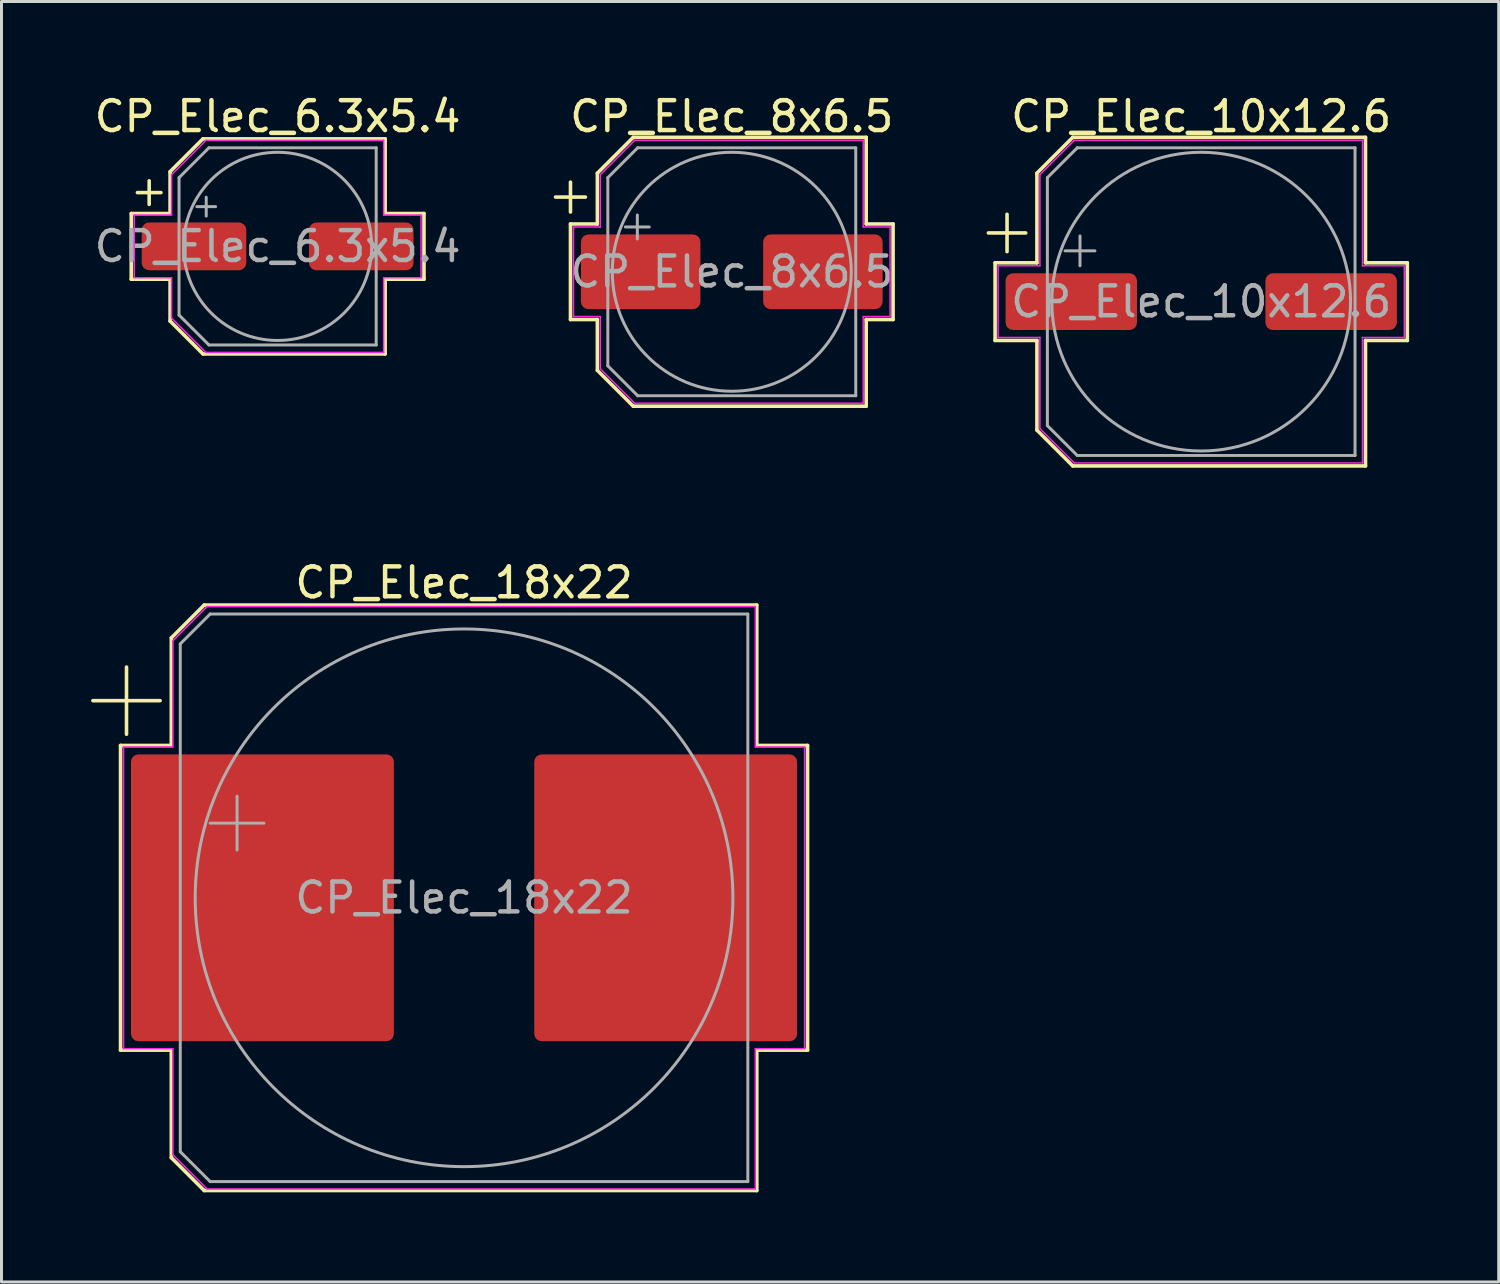
<source format=kicad_pcb>
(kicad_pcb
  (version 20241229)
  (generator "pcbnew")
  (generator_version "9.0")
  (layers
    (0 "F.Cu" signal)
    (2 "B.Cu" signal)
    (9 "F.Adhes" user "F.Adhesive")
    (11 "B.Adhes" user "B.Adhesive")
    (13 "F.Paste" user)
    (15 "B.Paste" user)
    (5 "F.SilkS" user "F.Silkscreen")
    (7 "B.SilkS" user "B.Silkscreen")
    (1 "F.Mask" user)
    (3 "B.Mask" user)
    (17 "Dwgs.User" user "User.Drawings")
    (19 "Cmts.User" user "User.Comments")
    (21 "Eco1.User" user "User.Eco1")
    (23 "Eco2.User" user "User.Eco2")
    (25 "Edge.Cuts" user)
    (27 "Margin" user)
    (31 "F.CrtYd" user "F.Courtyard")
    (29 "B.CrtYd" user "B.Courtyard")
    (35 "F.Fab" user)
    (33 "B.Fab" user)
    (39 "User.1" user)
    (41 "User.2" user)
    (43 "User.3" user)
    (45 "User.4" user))
  (footprint "CP_Elec_8x6.5"
    (layer "F.Cu")
    (at 21.448 6.048)
    (property "Reference" "CP_Elec_8x6.5" (at 0 -5.2 0) (layer "F.SilkS") (effects (font (size 1 1) (thickness 0.15))))
    (attr smd)
    (fp_line (start -5.9 -2.5) (end -4.9 -2.5) (stroke (width 0.12) (type solid)) (layer "F.SilkS"))
    (fp_line (start -5.4 -3) (end -5.4 -2) (stroke (width 0.12) (type solid)) (layer "F.SilkS"))
    (fp_line (start -5.4 -1.6) (end -5.4 1.6) (stroke (width 0.12) (type solid)) (layer "F.SilkS"))
    (fp_line (start -5.4 1.6) (end -4.5 1.6) (stroke (width 0.12) (type solid)) (layer "F.SilkS"))
    (fp_line (start -4.5 -3.3) (end -4.5 -1.6) (stroke (width 0.12) (type solid)) (layer "F.SilkS"))
    (fp_line (start -4.5 -1.6) (end -5.4 -1.6) (stroke (width 0.12) (type solid)) (layer "F.SilkS"))
    (fp_line (start -4.5 1.6) (end -4.5 3.3) (stroke (width 0.12) (type solid)) (layer "F.SilkS"))
    (fp_line (start -4.5 3.3) (end -3.3 4.5) (stroke (width 0.12) (type solid)) (layer "F.SilkS"))
    (fp_line (start -3.3 -4.5) (end -4.5 -3.3) (stroke (width 0.12) (type solid)) (layer "F.SilkS"))
    (fp_line (start -3.3 4.5) (end 4.5 4.5) (stroke (width 0.12) (type solid)) (layer "F.SilkS"))
    (fp_line (start 4.5 -4.5) (end -3.3 -4.5) (stroke (width 0.12) (type solid)) (layer "F.SilkS"))
    (fp_line (start 4.5 -1.6) (end 4.5 -4.5) (stroke (width 0.12) (type solid)) (layer "F.SilkS"))
    (fp_line (start 4.5 1.6) (end 5.4 1.6) (stroke (width 0.12) (type solid)) (layer "F.SilkS"))
    (fp_line (start 4.5 4.5) (end 4.5 1.6) (stroke (width 0.12) (type solid)) (layer "F.SilkS"))
    (fp_line (start 5.4 -1.6) (end 4.5 -1.6) (stroke (width 0.12) (type solid)) (layer "F.SilkS"))
    (fp_line (start 5.4 1.6) (end 5.4 -1.6) (stroke (width 0.12) (type solid)) (layer "F.SilkS"))
    (fp_line (start -5.3 -1.5) (end -5.3 1.5) (stroke (width 0.05) (type solid)) (layer "F.CrtYd"))
    (fp_line (start -5.3 1.5) (end -4.4 1.5) (stroke (width 0.05) (type solid)) (layer "F.CrtYd"))
    (fp_line (start -4.4 -3.25) (end -4.4 -1.5) (stroke (width 0.05) (type solid)) (layer "F.CrtYd"))
    (fp_line (start -4.4 -3.25) (end -3.25 -4.4) (stroke (width 0.05) (type solid)) (layer "F.CrtYd"))
    (fp_line (start -4.4 -1.5) (end -5.3 -1.5) (stroke (width 0.05) (type solid)) (layer "F.CrtYd"))
    (fp_line (start -4.4 1.5) (end -4.4 3.25) (stroke (width 0.05) (type solid)) (layer "F.CrtYd"))
    (fp_line (start -4.4 3.25) (end -3.25 4.4) (stroke (width 0.05) (type solid)) (layer "F.CrtYd"))
    (fp_line (start -3.25 -4.4) (end 4.4 -4.4) (stroke (width 0.05) (type solid)) (layer "F.CrtYd"))
    (fp_line (start -3.25 4.4) (end 4.4 4.4) (stroke (width 0.05) (type solid)) (layer "F.CrtYd"))
    (fp_line (start 4.4 -4.4) (end 4.4 -1.5) (stroke (width 0.05) (type solid)) (layer "F.CrtYd"))
    (fp_line (start 4.4 -1.5) (end 5.3 -1.5) (stroke (width 0.05) (type solid)) (layer "F.CrtYd"))
    (fp_line (start 4.4 1.5) (end 4.4 4.4) (stroke (width 0.05) (type solid)) (layer "F.CrtYd"))
    (fp_line (start 5.3 -1.5) (end 5.3 1.5) (stroke (width 0.05) (type solid)) (layer "F.CrtYd"))
    (fp_line (start 5.3 1.5) (end 4.4 1.5) (stroke (width 0.05) (type solid)) (layer "F.CrtYd"))
    (fp_line (start -4.15 -3.15) (end -4.15 3.15) (stroke (width 0.1) (type solid)) (layer "F.Fab"))
    (fp_line (start -4.15 -3.15) (end -3.15 -4.15) (stroke (width 0.1) (type solid)) (layer "F.Fab"))
    (fp_line (start -4.15 3.15) (end -3.15 4.15) (stroke (width 0.1) (type solid)) (layer "F.Fab"))
    (fp_line (start -3.562 -1.5) (end -2.762 -1.5) (stroke (width 0.1) (type solid)) (layer "F.Fab"))
    (fp_line (start -3.162 -1.9) (end -3.162 -1.1) (stroke (width 0.1) (type solid)) (layer "F.Fab"))
    (fp_line (start -3.15 -4.15) (end 4.15 -4.15) (stroke (width 0.1) (type solid)) (layer "F.Fab"))
    (fp_line (start -3.15 4.15) (end 4.15 4.15) (stroke (width 0.1) (type solid)) (layer "F.Fab"))
    (fp_line (start 4.15 -4.15) (end 4.15 4.15) (stroke (width 0.1) (type solid)) (layer "F.Fab"))
    (fp_circle (center 0 0) (end 4 0) (stroke (width 0.1) (type solid)) (fill no) (layer "F.Fab"))
    (fp_text user "${REFERENCE}" (at 0 0 0) (layer "F.Fab") (effects (font (size 1 1) (thickness 0.15))))
    (pad "1" smd roundrect (at -3.05 0) (size 4 2.5) (layers "F.Cu" "F.Mask" "F.Paste") (roundrect_rratio 0.1))
    (pad "2" smd roundrect (at 3.05 0) (size 4 2.5) (layers "F.Cu" "F.Mask" "F.Paste") (roundrect_rratio 0.1)))
  (footprint "CP_Elec_10x12.6"
    (layer "F.Cu")
    (at 37.163 7.048)
    (property "Reference" "CP_Elec_10x12.6" (at 0 -6.2 0) (layer "F.SilkS") (effects (font (size 1 1) (thickness 0.15))))
    (attr smd)
    (fp_line (start -7.125 -2.3) (end -5.875 -2.3) (stroke (width 0.12) (type solid)) (layer "F.SilkS"))
    (fp_line (start -6.9 -1.3) (end -6.9 1.3) (stroke (width 0.12) (type solid)) (layer "F.SilkS"))
    (fp_line (start -6.9 1.3) (end -5.5 1.3) (stroke (width 0.12) (type solid)) (layer "F.SilkS"))
    (fp_line (start -6.5 -2.925) (end -6.5 -1.675) (stroke (width 0.12) (type solid)) (layer "F.SilkS"))
    (fp_line (start -5.5 -4.3) (end -5.5 -1.3) (stroke (width 0.12) (type solid)) (layer "F.SilkS"))
    (fp_line (start -5.5 -1.3) (end -6.9 -1.3) (stroke (width 0.12) (type solid)) (layer "F.SilkS"))
    (fp_line (start -5.5 1.3) (end -5.5 4.3) (stroke (width 0.12) (type solid)) (layer "F.SilkS"))
    (fp_line (start -5.5 4.3) (end -4.3 5.5) (stroke (width 0.12) (type solid)) (layer "F.SilkS"))
    (fp_line (start -4.3 -5.5) (end -5.5 -4.3) (stroke (width 0.12) (type solid)) (layer "F.SilkS"))
    (fp_line (start -4.3 5.5) (end 5.5 5.5) (stroke (width 0.12) (type solid)) (layer "F.SilkS"))
    (fp_line (start 5.5 -5.5) (end -4.3 -5.5) (stroke (width 0.12) (type solid)) (layer "F.SilkS"))
    (fp_line (start 5.5 -1.3) (end 5.5 -5.5) (stroke (width 0.12) (type solid)) (layer "F.SilkS"))
    (fp_line (start 5.5 1.3) (end 6.9 1.3) (stroke (width 0.12) (type solid)) (layer "F.SilkS"))
    (fp_line (start 5.5 5.5) (end 5.5 1.3) (stroke (width 0.12) (type solid)) (layer "F.SilkS"))
    (fp_line (start 6.9 -1.3) (end 5.5 -1.3) (stroke (width 0.12) (type solid)) (layer "F.SilkS"))
    (fp_line (start 6.9 1.3) (end 6.9 -1.3) (stroke (width 0.12) (type solid)) (layer "F.SilkS"))
    (fp_line (start -6.8 -1.2) (end -6.8 1.2) (stroke (width 0.05) (type solid)) (layer "F.CrtYd"))
    (fp_line (start -6.8 1.2) (end -5.4 1.2) (stroke (width 0.05) (type solid)) (layer "F.CrtYd"))
    (fp_line (start -5.4 -4.25) (end -5.4 -1.2) (stroke (width 0.05) (type solid)) (layer "F.CrtYd"))
    (fp_line (start -5.4 -4.25) (end -4.25 -5.4) (stroke (width 0.05) (type solid)) (layer "F.CrtYd"))
    (fp_line (start -5.4 -1.2) (end -6.8 -1.2) (stroke (width 0.05) (type solid)) (layer "F.CrtYd"))
    (fp_line (start -5.4 1.2) (end -5.4 4.25) (stroke (width 0.05) (type solid)) (layer "F.CrtYd"))
    (fp_line (start -5.4 4.25) (end -4.25 5.4) (stroke (width 0.05) (type solid)) (layer "F.CrtYd"))
    (fp_line (start -4.25 -5.4) (end 5.4 -5.4) (stroke (width 0.05) (type solid)) (layer "F.CrtYd"))
    (fp_line (start -4.25 5.4) (end 5.4 5.4) (stroke (width 0.05) (type solid)) (layer "F.CrtYd"))
    (fp_line (start 5.4 -5.4) (end 5.4 -1.2) (stroke (width 0.05) (type solid)) (layer "F.CrtYd"))
    (fp_line (start 5.4 -1.2) (end 6.8 -1.2) (stroke (width 0.05) (type solid)) (layer "F.CrtYd"))
    (fp_line (start 5.4 1.2) (end 5.4 5.4) (stroke (width 0.05) (type solid)) (layer "F.CrtYd"))
    (fp_line (start 6.8 -1.2) (end 6.8 1.2) (stroke (width 0.05) (type solid)) (layer "F.CrtYd"))
    (fp_line (start 6.8 1.2) (end 5.4 1.2) (stroke (width 0.05) (type solid)) (layer "F.CrtYd"))
    (fp_line (start -5.15 -4.15) (end -5.15 4.15) (stroke (width 0.1) (type solid)) (layer "F.Fab"))
    (fp_line (start -5.15 -4.15) (end -4.15 -5.15) (stroke (width 0.1) (type solid)) (layer "F.Fab"))
    (fp_line (start -5.15 4.15) (end -4.15 5.15) (stroke (width 0.1) (type solid)) (layer "F.Fab"))
    (fp_line (start -4.558 -1.7) (end -3.558 -1.7) (stroke (width 0.1) (type solid)) (layer "F.Fab"))
    (fp_line (start -4.15 -5.15) (end 5.15 -5.15) (stroke (width 0.1) (type solid)) (layer "F.Fab"))
    (fp_line (start -4.15 5.15) (end 5.15 5.15) (stroke (width 0.1) (type solid)) (layer "F.Fab"))
    (fp_line (start -4.058 -2.2) (end -4.058 -1.2) (stroke (width 0.1) (type solid)) (layer "F.Fab"))
    (fp_line (start 5.15 -5.15) (end 5.15 5.15) (stroke (width 0.1) (type solid)) (layer "F.Fab"))
    (fp_circle (center 0 0) (end 5 0) (stroke (width 0.1) (type solid)) (fill no) (layer "F.Fab"))
    (fp_text user "${REFERENCE}" (at 0 0 0) (layer "F.Fab") (effects (font (size 1 1) (thickness 0.15))))
    (pad "1" smd roundrect (at -4.35 0) (size 4.4 1.9) (layers "F.Cu" "F.Mask" "F.Paste") (roundrect_rratio 0.132))
    (pad "2" smd roundrect (at 4.35 0) (size 4.4 1.9) (layers "F.Cu" "F.Mask" "F.Paste") (roundrect_rratio 0.132)))
  (footprint "CP_Elec_18x22"
    (layer "F.Cu")
    (at 12.485 27.006)
    (property "Reference" "CP_Elec_18x22" (at 0 -10.55 0) (layer "F.SilkS") (effects (font (size 1 1) (thickness 0.15))))
    (attr smd)
    (fp_line (start -12.425 -6.6) (end -10.175 -6.6) (stroke (width 0.12) (type solid)) (layer "F.SilkS"))
    (fp_line (start -11.5 -5.1) (end -11.5 5.1) (stroke (width 0.12) (type solid)) (layer "F.SilkS"))
    (fp_line (start -11.5 5.1) (end -9.8 5.1) (stroke (width 0.12) (type solid)) (layer "F.SilkS"))
    (fp_line (start -11.3 -7.725) (end -11.3 -5.475) (stroke (width 0.12) (type solid)) (layer "F.SilkS"))
    (fp_line (start -9.8 -8.7) (end -9.8 -5.1) (stroke (width 0.12) (type solid)) (layer "F.SilkS"))
    (fp_line (start -9.8 -5.1) (end -11.5 -5.1) (stroke (width 0.12) (type solid)) (layer "F.SilkS"))
    (fp_line (start -9.8 5.1) (end -9.8 8.7) (stroke (width 0.12) (type solid)) (layer "F.SilkS"))
    (fp_line (start -9.8 8.7) (end -8.7 9.8) (stroke (width 0.12) (type solid)) (layer "F.SilkS"))
    (fp_line (start -8.7 -9.8) (end -9.8 -8.7) (stroke (width 0.12) (type solid)) (layer "F.SilkS"))
    (fp_line (start -8.7 9.8) (end 9.8 9.8) (stroke (width 0.12) (type solid)) (layer "F.SilkS"))
    (fp_line (start 9.8 -9.8) (end -8.7 -9.8) (stroke (width 0.12) (type solid)) (layer "F.SilkS"))
    (fp_line (start 9.8 -5.1) (end 9.8 -9.8) (stroke (width 0.12) (type solid)) (layer "F.SilkS"))
    (fp_line (start 9.8 5.1) (end 11.5 5.1) (stroke (width 0.12) (type solid)) (layer "F.SilkS"))
    (fp_line (start 9.8 9.8) (end 9.8 5.1) (stroke (width 0.12) (type solid)) (layer "F.SilkS"))
    (fp_line (start 11.5 -5.1) (end 9.8 -5.1) (stroke (width 0.12) (type solid)) (layer "F.SilkS"))
    (fp_line (start 11.5 5.1) (end 11.5 -5.1) (stroke (width 0.12) (type solid)) (layer "F.SilkS"))
    (fp_line (start -11.4 -5.05) (end -11.4 5.05) (stroke (width 0.05) (type solid)) (layer "F.CrtYd"))
    (fp_line (start -11.4 5.05) (end -9.75 5.05) (stroke (width 0.05) (type solid)) (layer "F.CrtYd"))
    (fp_line (start -9.75 -8.6) (end -9.75 -5.05) (stroke (width 0.05) (type solid)) (layer "F.CrtYd"))
    (fp_line (start -9.75 -8.6) (end -8.6 -9.75) (stroke (width 0.05) (type solid)) (layer "F.CrtYd"))
    (fp_line (start -9.75 -5.05) (end -11.4 -5.05) (stroke (width 0.05) (type solid)) (layer "F.CrtYd"))
    (fp_line (start -9.75 5.05) (end -9.75 8.6) (stroke (width 0.05) (type solid)) (layer "F.CrtYd"))
    (fp_line (start -9.75 8.6) (end -8.6 9.75) (stroke (width 0.05) (type solid)) (layer "F.CrtYd"))
    (fp_line (start -8.6 -9.75) (end 9.75 -9.75) (stroke (width 0.05) (type solid)) (layer "F.CrtYd"))
    (fp_line (start -8.6 9.75) (end 9.75 9.75) (stroke (width 0.05) (type solid)) (layer "F.CrtYd"))
    (fp_line (start 9.75 -9.75) (end 9.75 -5.05) (stroke (width 0.05) (type solid)) (layer "F.CrtYd"))
    (fp_line (start 9.75 -5.05) (end 11.4 -5.05) (stroke (width 0.05) (type solid)) (layer "F.CrtYd"))
    (fp_line (start 9.75 5.05) (end 9.75 9.75) (stroke (width 0.05) (type solid)) (layer "F.CrtYd"))
    (fp_line (start 11.4 -5.05) (end 11.4 5.05) (stroke (width 0.05) (type solid)) (layer "F.CrtYd"))
    (fp_line (start 11.4 5.05) (end 9.75 5.05) (stroke (width 0.05) (type solid)) (layer "F.CrtYd"))
    (fp_line (start -9.5 -8.5) (end -9.5 8.5) (stroke (width 0.1) (type solid)) (layer "F.Fab"))
    (fp_line (start -9.5 -8.5) (end -8.5 -9.5) (stroke (width 0.1) (type solid)) (layer "F.Fab"))
    (fp_line (start -9.5 8.5) (end -8.5 9.5) (stroke (width 0.1) (type solid)) (layer "F.Fab"))
    (fp_line (start -8.5 -9.5) (end 9.5 -9.5) (stroke (width 0.1) (type solid)) (layer "F.Fab"))
    (fp_line (start -8.5 9.5) (end 9.5 9.5) (stroke (width 0.1) (type solid)) (layer "F.Fab"))
    (fp_line (start -8.499 -2.5) (end -6.699 -2.5) (stroke (width 0.1) (type solid)) (layer "F.Fab"))
    (fp_line (start -7.599 -3.4) (end -7.599 -1.6) (stroke (width 0.1) (type solid)) (layer "F.Fab"))
    (fp_line (start 9.5 -9.5) (end 9.5 9.5) (stroke (width 0.1) (type solid)) (layer "F.Fab"))
    (fp_circle (center 0 0) (end 9 0) (stroke (width 0.1) (type solid)) (fill no) (layer "F.Fab"))
    (fp_text user "${REFERENCE}" (at 0 0 0) (layer "F.Fab") (effects (font (size 1 1) (thickness 0.15))))
    (pad "1" smd roundrect (at -6.75 0) (size 8.8 9.6) (layers "F.Cu" "F.Mask" "F.Paste") (roundrect_rratio 0.028))
    (pad "2" smd roundrect (at 6.75 0) (size 8.8 9.6) (layers "F.Cu" "F.Mask" "F.Paste") (roundrect_rratio 0.028)))
  (footprint "CP_Elec_6.3x5.4"
    (layer "F.Cu")
    (at 6.244 5.198)
    (property "Reference" "CP_Elec_6.3x5.4" (at 0 -4.35 0) (layer "F.SilkS") (effects (font (size 1 1) (thickness 0.15))))
    (attr smd)
    (fp_line (start -4.9 -1.1) (end -4.9 1.1) (stroke (width 0.12) (type solid)) (layer "F.SilkS"))
    (fp_line (start -4.9 1.1) (end -3.6 1.1) (stroke (width 0.12) (type solid)) (layer "F.SilkS"))
    (fp_line (start -4.694 -1.8) (end -3.906 -1.8) (stroke (width 0.12) (type solid)) (layer "F.SilkS"))
    (fp_line (start -4.3 -2.194) (end -4.3 -1.406) (stroke (width 0.12) (type solid)) (layer "F.SilkS"))
    (fp_line (start -3.6 -2.5) (end -3.6 -1.1) (stroke (width 0.12) (type solid)) (layer "F.SilkS"))
    (fp_line (start -3.6 -1.1) (end -4.9 -1.1) (stroke (width 0.12) (type solid)) (layer "F.SilkS"))
    (fp_line (start -3.6 1.1) (end -3.6 2.5) (stroke (width 0.12) (type solid)) (layer "F.SilkS"))
    (fp_line (start -3.6 2.5) (end -2.5 3.6) (stroke (width 0.12) (type solid)) (layer "F.SilkS"))
    (fp_line (start -2.5 -3.6) (end -3.6 -2.5) (stroke (width 0.12) (type solid)) (layer "F.SilkS"))
    (fp_line (start -2.5 3.6) (end 3.6 3.6) (stroke (width 0.12) (type solid)) (layer "F.SilkS"))
    (fp_line (start 3.6 -3.6) (end -2.5 -3.6) (stroke (width 0.12) (type solid)) (layer "F.SilkS"))
    (fp_line (start 3.6 -1.1) (end 3.6 -3.6) (stroke (width 0.12) (type solid)) (layer "F.SilkS"))
    (fp_line (start 3.6 1.1) (end 4.9 1.1) (stroke (width 0.12) (type solid)) (layer "F.SilkS"))
    (fp_line (start 3.6 3.6) (end 3.6 1.1) (stroke (width 0.12) (type solid)) (layer "F.SilkS"))
    (fp_line (start 4.9 -1.1) (end 3.6 -1.1) (stroke (width 0.12) (type solid)) (layer "F.SilkS"))
    (fp_line (start 4.9 1.1) (end 4.9 -1.1) (stroke (width 0.12) (type solid)) (layer "F.SilkS"))
    (fp_line (start -4.8 -1.05) (end -4.8 1.05) (stroke (width 0.05) (type solid)) (layer "F.CrtYd"))
    (fp_line (start -4.8 1.05) (end -3.55 1.05) (stroke (width 0.05) (type solid)) (layer "F.CrtYd"))
    (fp_line (start -3.55 -2.4) (end -3.55 -1.05) (stroke (width 0.05) (type solid)) (layer "F.CrtYd"))
    (fp_line (start -3.55 -2.4) (end -2.4 -3.55) (stroke (width 0.05) (type solid)) (layer "F.CrtYd"))
    (fp_line (start -3.55 -1.05) (end -4.8 -1.05) (stroke (width 0.05) (type solid)) (layer "F.CrtYd"))
    (fp_line (start -3.55 1.05) (end -3.55 2.4) (stroke (width 0.05) (type solid)) (layer "F.CrtYd"))
    (fp_line (start -3.55 2.4) (end -2.4 3.55) (stroke (width 0.05) (type solid)) (layer "F.CrtYd"))
    (fp_line (start -2.4 -3.55) (end 3.55 -3.55) (stroke (width 0.05) (type solid)) (layer "F.CrtYd"))
    (fp_line (start -2.4 3.55) (end 3.55 3.55) (stroke (width 0.05) (type solid)) (layer "F.CrtYd"))
    (fp_line (start 3.55 -3.55) (end 3.55 -1.05) (stroke (width 0.05) (type solid)) (layer "F.CrtYd"))
    (fp_line (start 3.55 -1.05) (end 4.8 -1.05) (stroke (width 0.05) (type solid)) (layer "F.CrtYd"))
    (fp_line (start 3.55 1.05) (end 3.55 3.55) (stroke (width 0.05) (type solid)) (layer "F.CrtYd"))
    (fp_line (start 4.8 -1.05) (end 4.8 1.05) (stroke (width 0.05) (type solid)) (layer "F.CrtYd"))
    (fp_line (start 4.8 1.05) (end 3.55 1.05) (stroke (width 0.05) (type solid)) (layer "F.CrtYd"))
    (fp_line (start -3.3 -2.3) (end -3.3 2.3) (stroke (width 0.1) (type solid)) (layer "F.Fab"))
    (fp_line (start -3.3 -2.3) (end -2.3 -3.3) (stroke (width 0.1) (type solid)) (layer "F.Fab"))
    (fp_line (start -3.3 2.3) (end -2.3 3.3) (stroke (width 0.1) (type solid)) (layer "F.Fab"))
    (fp_line (start -2.705 -1.33) (end -2.075 -1.33) (stroke (width 0.1) (type solid)) (layer "F.Fab"))
    (fp_line (start -2.39 -1.645) (end -2.39 -1.015) (stroke (width 0.1) (type solid)) (layer "F.Fab"))
    (fp_line (start -2.3 -3.3) (end 3.3 -3.3) (stroke (width 0.1) (type solid)) (layer "F.Fab"))
    (fp_line (start -2.3 3.3) (end 3.3 3.3) (stroke (width 0.1) (type solid)) (layer "F.Fab"))
    (fp_line (start 3.3 -3.3) (end 3.3 3.3) (stroke (width 0.1) (type solid)) (layer "F.Fab"))
    (fp_circle (center 0 0) (end 3.15 0) (stroke (width 0.1) (type solid)) (fill no) (layer "F.Fab"))
    (fp_text user "${REFERENCE}" (at 0 0 0) (layer "F.Fab") (effects (font (size 1 1) (thickness 0.15))))
    (pad "1" smd roundrect (at -2.8 0) (size 3.5 1.6) (layers "F.Cu" "F.Mask" "F.Paste") (roundrect_rratio 0.156))
    (pad "2" smd roundrect (at 2.8 0) (size 3.5 1.6) (layers "F.Cu" "F.Mask" "F.Paste") (roundrect_rratio 0.156)))
  (gr_rect
    (start -3 -3)
    (end 47.123 39.867)
    (stroke (width 0.1) (type default))
    (fill no)
    (layer "Edge.Cuts")))
</source>
